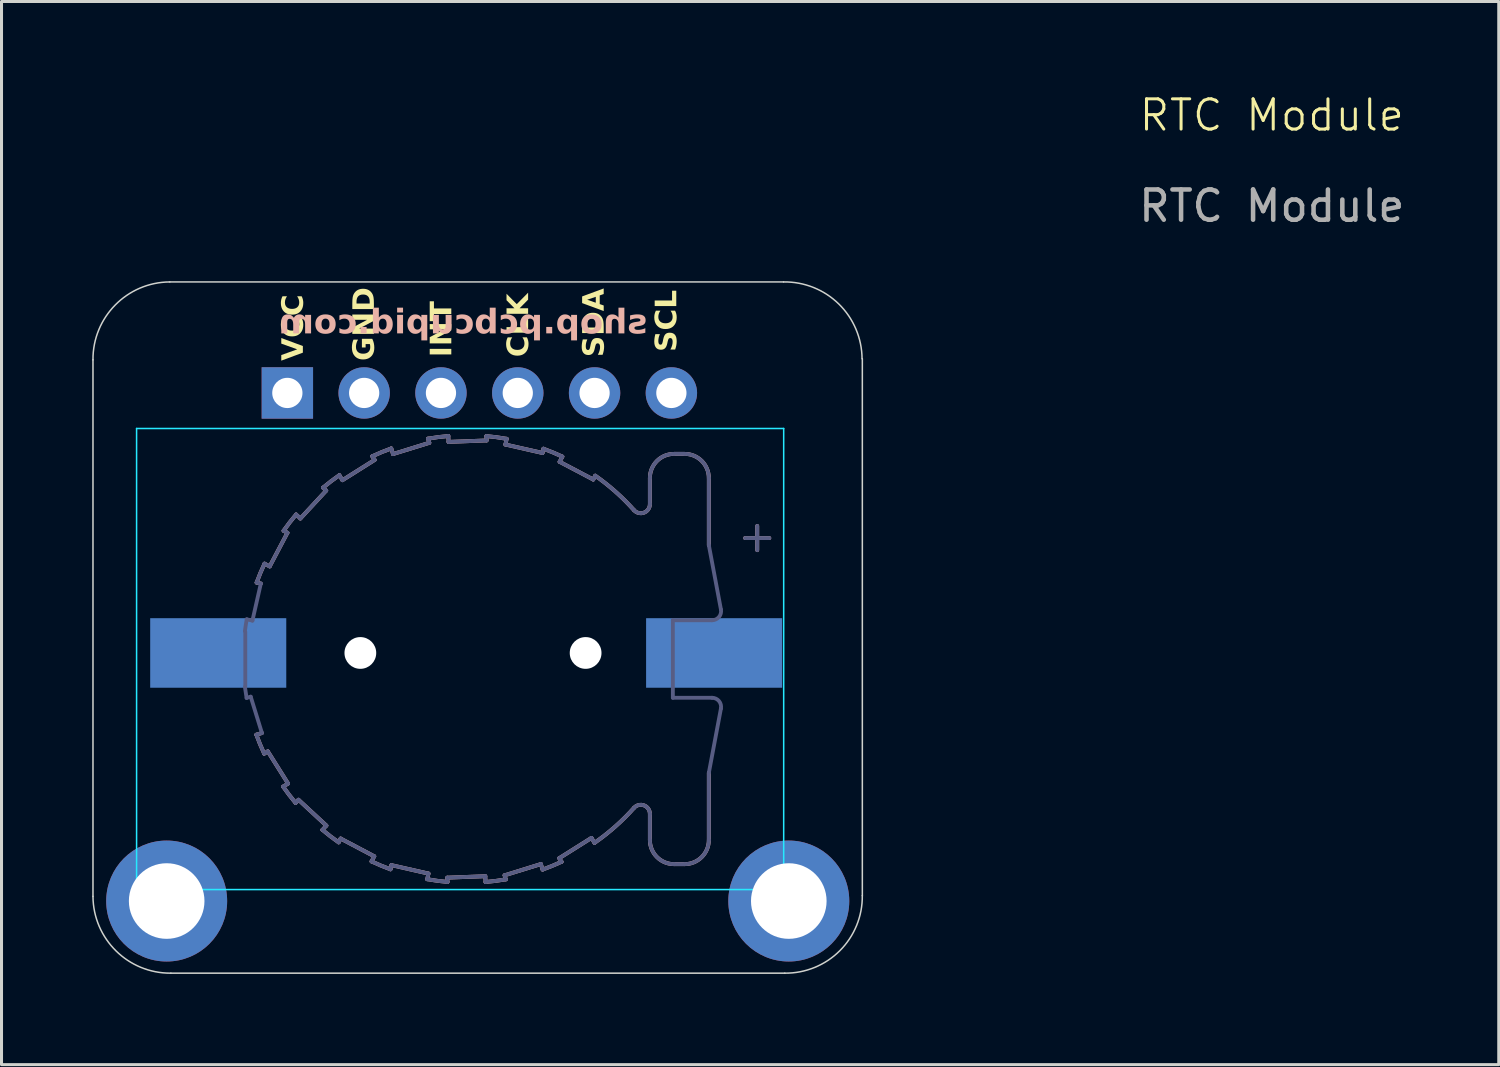
<source format=kicad_pcb>
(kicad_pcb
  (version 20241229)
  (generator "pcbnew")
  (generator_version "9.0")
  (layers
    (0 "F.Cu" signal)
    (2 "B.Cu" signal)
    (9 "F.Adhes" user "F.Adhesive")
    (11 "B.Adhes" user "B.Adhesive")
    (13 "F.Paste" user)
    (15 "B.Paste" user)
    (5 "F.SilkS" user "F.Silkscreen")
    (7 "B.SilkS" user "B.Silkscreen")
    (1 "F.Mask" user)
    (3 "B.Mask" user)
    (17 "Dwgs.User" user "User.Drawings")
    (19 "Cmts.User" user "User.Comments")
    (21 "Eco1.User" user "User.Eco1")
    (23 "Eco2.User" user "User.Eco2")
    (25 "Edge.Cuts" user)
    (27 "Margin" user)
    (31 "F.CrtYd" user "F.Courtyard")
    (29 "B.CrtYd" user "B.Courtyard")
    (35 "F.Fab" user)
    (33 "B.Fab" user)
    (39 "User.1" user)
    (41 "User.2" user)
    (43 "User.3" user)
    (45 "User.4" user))
  (footprint "RTC Module"
    (layer "F.Cu")
    (at 12.609 18.561)
    (property "Reference" "RTC Module" (at 26.4 -17.8 0) (unlocked yes) (layer "F.SilkS") (effects (font (size 1 1) (thickness 0.1))))
    (attr smd)
    (fp_poly (pts (xy 11.3 8.735) (xy 11.06 8.405) (xy 11.54 8.405) (xy 11.3 8.735)) (stroke (width 0.12) (type solid)) (fill yes) (layer "F.SilkS"))
    (fp_line (start -7.172 -2.345) (end -7.033 -2.313) (stroke (width 0.127) (type solid)) (layer "B.SilkS"))
    (fp_line (start -6.997 2.63) (end -7.181 2.687) (stroke (width 0.127) (type solid)) (layer "B.SilkS"))
    (fp_line (start -6.923 3.313) (end -6.803 3.238) (stroke (width 0.127) (type solid)) (layer "B.SilkS"))
    (fp_line (start -6.803 3.238) (end -6.133 4.301) (stroke (width 0.127) (type solid)) (layer "B.SilkS"))
    (fp_line (start -6.74 -2.88) (end -6.911 -2.97) (stroke (width 0.127) (type solid)) (layer "B.SilkS"))
    (fp_line (start -6.28 -4.059) (end -6.154 -3.992) (stroke (width 0.127) (type solid)) (layer "B.SilkS"))
    (fp_line (start -6.154 -3.992) (end -6.74 -2.88) (stroke (width 0.127) (type solid)) (layer "B.SilkS"))
    (fp_line (start -6.133 4.301) (end -6.295 4.404) (stroke (width 0.127) (type solid)) (layer "B.SilkS"))
    (fp_line (start -5.884 4.942) (end -5.788 4.838) (stroke (width 0.127) (type solid)) (layer "B.SilkS"))
    (fp_line (start -5.788 4.838) (end -4.866 5.692) (stroke (width 0.127) (type solid)) (layer "B.SilkS"))
    (fp_line (start -5.725 -4.464) (end -5.867 -4.596) (stroke (width 0.127) (type solid)) (layer "B.SilkS"))
    (fp_line (start -4.976 -5.484) (end -4.871 -5.387) (stroke (width 0.127) (type solid)) (layer "B.SilkS"))
    (fp_line (start -4.871 -5.387) (end -5.725 -4.464) (stroke (width 0.127) (type solid)) (layer "B.SilkS"))
    (fp_line (start -4.866 5.692) (end -4.996 5.833) (stroke (width 0.127) (type solid)) (layer "B.SilkS"))
    (fp_line (start -4.46 6.246) (end -4.394 6.121) (stroke (width 0.127) (type solid)) (layer "B.SilkS"))
    (fp_line (start -4.394 6.121) (end -3.282 6.708) (stroke (width 0.127) (type solid)) (layer "B.SilkS"))
    (fp_line (start -4.334 -5.731) (end -4.437 -5.895) (stroke (width 0.127) (type solid)) (layer "B.SilkS"))
    (fp_line (start -3.347 -6.523) (end -3.27 -6.401) (stroke (width 0.127) (type solid)) (layer "B.SilkS"))
    (fp_line (start -3.282 6.708) (end -3.371 6.877) (stroke (width 0.127) (type solid)) (layer "B.SilkS"))
    (fp_line (start -3.27 -6.401) (end -4.334 -5.731) (stroke (width 0.127) (type solid)) (layer "B.SilkS"))
    (fp_line (start -2.746 7.138) (end -2.715 7) (stroke (width 0.127) (type solid)) (layer "B.SilkS"))
    (fp_line (start -2.715 7) (end -1.489 7.279) (stroke (width 0.127) (type solid)) (layer "B.SilkS"))
    (fp_line (start -2.663 -6.595) (end -2.72 -6.781) (stroke (width 0.127) (type solid)) (layer "B.SilkS"))
    (fp_line (start -1.504 -7.104) (end -1.462 -6.967) (stroke (width 0.127) (type solid)) (layer "B.SilkS"))
    (fp_line (start -1.489 7.279) (end -1.531 7.465) (stroke (width 0.127) (type solid)) (layer "B.SilkS"))
    (fp_line (start -1.462 -6.967) (end -2.663 -6.595) (stroke (width 0.127) (type solid)) (layer "B.SilkS"))
    (fp_line (start -0.866 7.414) (end 0.391 7.366) (stroke (width 0.127) (type solid)) (layer "B.SilkS"))
    (fp_line (start -0.86 7.555) (end -0.866 7.414) (stroke (width 0.127) (type solid)) (layer "B.SilkS"))
    (fp_line (start -0.825 -6.997) (end -0.832 -7.191) (stroke (width 0.127) (type solid)) (layer "B.SilkS"))
    (fp_line (start 0.391 7.366) (end 0.398 7.558) (stroke (width 0.127) (type solid)) (layer "B.SilkS"))
    (fp_line (start 0.426 -7.189) (end 0.432 -7.045) (stroke (width 0.127) (type solid)) (layer "B.SilkS"))
    (fp_line (start 0.432 -7.045) (end -0.825 -6.997) (stroke (width 0.127) (type solid)) (layer "B.SilkS"))
    (fp_line (start 1.028 7.336) (end 2.229 6.964) (stroke (width 0.127) (type solid)) (layer "B.SilkS"))
    (fp_line (start 1.055 -6.91) (end 1.098 -7.099) (stroke (width 0.127) (type solid)) (layer "B.SilkS"))
    (fp_line (start 1.069 7.47) (end 1.028 7.336) (stroke (width 0.127) (type solid)) (layer "B.SilkS"))
    (fp_line (start 2.229 6.964) (end 2.285 7.147) (stroke (width 0.127) (type solid)) (layer "B.SilkS"))
    (fp_line (start 2.281 -6.631) (end 1.055 -6.91) (stroke (width 0.127) (type solid)) (layer "B.SilkS"))
    (fp_line (start 2.313 -6.771) (end 2.281 -6.631) (stroke (width 0.127) (type solid)) (layer "B.SilkS"))
    (fp_line (start 2.836 6.77) (end 3.9 6.1) (stroke (width 0.127) (type solid)) (layer "B.SilkS"))
    (fp_line (start 2.848 -6.339) (end 2.938 -6.511) (stroke (width 0.127) (type solid)) (layer "B.SilkS"))
    (fp_line (start 2.911 6.889) (end 2.836 6.77) (stroke (width 0.127) (type solid)) (layer "B.SilkS"))
    (fp_line (start 3.9 6.1) (end 4.002 6.262) (stroke (width 0.127) (type solid)) (layer "B.SilkS"))
    (fp_line (start 3.96 -5.753) (end 2.848 -6.339) (stroke (width 0.127) (type solid)) (layer "B.SilkS"))
    (fp_line (start 4.026 -5.879) (end 3.96 -5.753) (stroke (width 0.127) (type solid)) (layer "B.SilkS"))
    (fp_line (start 5.833 -4.938) (end 5.833 -5.801) (stroke (width 0.127) (type solid)) (layer "B.SilkS"))
    (fp_line (start 5.833 6.167) (end 5.833 5.304) (stroke (width 0.127) (type solid)) (layer "B.SilkS"))
    (fp_line (start 6.633 -6.601) (end 6.983 -6.601) (stroke (width 0.127) (type solid)) (layer "B.SilkS"))
    (fp_line (start 6.983 6.967) (end 6.633 6.967) (stroke (width 0.127) (type solid)) (layer "B.SilkS"))
    (fp_line (start 7.783 -5.801) (end 7.783 -3.581) (stroke (width 0.127) (type solid)) (layer "B.SilkS"))
    (fp_line (start 7.783 3.947) (end 7.783 6.167) (stroke (width 0.127) (type solid)) (layer "B.SilkS"))
    (fp_line (start 9.383 -4.217) (end 9.383 -3.417) (stroke (width 0.127) (type solid)) (layer "B.SilkS"))
    (fp_line (start 9.783 -3.817) (end 8.983 -3.817) (stroke (width 0.127) (type solid)) (layer "B.SilkS"))
    (fp_arc (start -7.17177 -2.34503) (mid -7.048747 -2.660746) (end -6.9114 -2.9705) (stroke (width 0.127) (type solid)) (layer "B.SilkS"))
    (fp_arc (start -6.9225 3.31305) (mid -7.058703 3.002929) (end -7.18057 2.6869) (stroke (width 0.127) (type solid)) (layer "B.SilkS"))
    (fp_arc (start -6.28039 -4.059) (mid -6.079821 -4.332143) (end -5.86696 -4.59582) (stroke (width 0.127) (type solid)) (layer "B.SilkS"))
    (fp_arc (start -5.88406 4.94175) (mid -6.095862 4.677467) (end -6.29535 4.40377) (stroke (width 0.127) (type solid)) (layer "B.SilkS"))
    (fp_arc (start -4.97571 -5.48389) (mid -4.711254 -5.695827) (end -4.43737 -5.89543) (stroke (width 0.127) (type solid)) (layer "B.SilkS"))
    (fp_arc (start -4.45955 6.24619) (mid -4.732503 6.045739) (end -4.996 5.83301) (stroke (width 0.127) (type solid)) (layer "B.SilkS"))
    (fp_arc (start -3.34661 -6.52253) (mid -3.036283 -6.658798) (end -2.72004 -6.78071) (stroke (width 0.127) (type solid)) (layer "B.SilkS"))
    (fp_arc (start -2.74604 7.13754) (mid -3.061543 7.014562) (end -3.37109 6.87728) (stroke (width 0.127) (type solid)) (layer "B.SilkS"))
    (fp_arc (start -1.50414 -7.10409) (mid -1.169104 -7.155383) (end -0.83207 -7.19128) (stroke (width 0.127) (type solid)) (layer "B.SilkS"))
    (fp_arc (start -0.860239 7.5551) (mid -1.196815 7.517954) (end -1.53134 7.46545) (stroke (width 0.127) (type solid)) (layer "B.SilkS"))
    (fp_arc (start 0.426111 -7.18889) (mid 0.763003 -7.151709) (end 1.09784 -7.09914) (stroke (width 0.127) (type solid)) (layer "B.SilkS"))
    (fp_arc (start 1.06938 7.47044) (mid 0.734656 7.521663) (end 0.397939 7.55752) (stroke (width 0.127) (type solid)) (layer "B.SilkS"))
    (fp_arc (start 2.31251 -6.77113) (mid 2.628284 -6.648009) (end 2.93809 -6.51056) (stroke (width 0.127) (type solid)) (layer "B.SilkS"))
    (fp_arc (start 2.91137 6.88931) (mid 2.601297 7.025412) (end 2.28532 7.14718) (stroke (width 0.127) (type solid)) (layer "B.SilkS"))
    (fp_arc (start 4.02646 -5.87931) (mid 4.700888 -5.346284) (end 5.30895 -4.73864) (stroke (width 0.127) (type solid)) (layer "B.SilkS"))
    (fp_arc (start 5.30895 5.10486) (mid 4.689853 5.722297) (end 4.00225 6.2624) (stroke (width 0.127) (type solid)) (layer "B.SilkS"))
    (fp_arc (start 5.30895 5.10486) (mid 5.639735 5.02403) (end 5.83298 5.30439) (stroke (width 0.127) (type solid)) (layer "B.SilkS"))
    (fp_arc (start 5.83298 -5.80066) (mid 6.067295 -6.366345) (end 6.63298 -6.60066) (stroke (width 0.127) (type solid)) (layer "B.SilkS"))
    (fp_arc (start 5.83298 -4.93817) (mid 5.639731 -4.657803) (end 5.30895 -4.73864) (stroke (width 0.127) (type solid)) (layer "B.SilkS"))
    (fp_arc (start 6.63298 6.96688) (mid 6.067295 6.732565) (end 5.83298 6.16688) (stroke (width 0.127) (type solid)) (layer "B.SilkS"))
    (fp_arc (start 6.98298 -6.60066) (mid 7.548665 -6.366345) (end 7.78298 -5.80066) (stroke (width 0.127) (type solid)) (layer "B.SilkS"))
    (fp_arc (start 7.78298 6.16688) (mid 7.548665 6.732565) (end 6.98298 6.96688) (stroke (width 0.127) (type solid)) (layer "B.SilkS"))
    (fp_line (start -12.584 8.033) (end -12.584 -9.711) (stroke (width 0.05) (type default)) (layer "Edge.Cuts"))
    (fp_line (start -10.044 -12.287) (end 10.254 -12.287) (stroke (width 0.05) (type default)) (layer "Edge.Cuts"))
    (fp_line (start 10.294 10.573) (end -10.008 10.573) (stroke (width 0.05) (type default)) (layer "Edge.Cuts"))
    (fp_line (start 12.859 8.008) (end 12.859 -9.747) (stroke (width 0.05) (type default)) (layer "Edge.Cuts"))
    (fp_arc (start -12.583979 -9.711116) (mid -11.847576 -11.525092) (end -10.044238 -12.287209) (stroke (width 0.05) (type default)) (layer "Edge.Cuts"))
    (fp_arc (start -10.008145 10.57253) (mid -11.82215 9.836149) (end -12.584238 8.032789) (stroke (width 0.05) (type default)) (layer "Edge.Cuts"))
    (fp_arc (start 10.254114 -12.287209) (mid 12.080886 -11.557881) (end 12.849924 -9.747467) (stroke (width 0.05) (type default)) (layer "Edge.Cuts"))
    (fp_arc (start 12.85853 8.008114) (mid 12.115105 9.829105) (end 10.294114 10.57253) (stroke (width 0.05) (type default)) (layer "Edge.Cuts"))
    (fp_line (start -11.142 -7.441) (end 10.258 -7.441) (stroke (width 0.05) (type solid)) (layer "B.CrtYd"))
    (fp_line (start -11.142 7.808) (end -11.142 -7.441) (stroke (width 0.05) (type solid)) (layer "B.CrtYd"))
    (fp_line (start 10.258 -7.441) (end 10.258 7.808) (stroke (width 0.05) (type solid)) (layer "B.CrtYd"))
    (fp_line (start 10.258 7.808) (end -11.142 7.808) (stroke (width 0.05) (type solid)) (layer "B.CrtYd"))
    (fp_line (start -7.547 1.083) (end -7.547 -0.717) (stroke (width 0.127) (type solid)) (layer "B.Fab"))
    (fp_line (start -7.504 1.471) (end -7.368 1.429) (stroke (width 0.127) (type solid)) (layer "B.Fab"))
    (fp_line (start -7.368 1.429) (end -6.997 2.63) (stroke (width 0.127) (type solid)) (layer "B.Fab"))
    (fp_line (start -7.311 -1.087) (end -7.5 -1.13) (stroke (width 0.127) (type solid)) (layer "B.Fab"))
    (fp_line (start -7.172 -2.345) (end -7.033 -2.313) (stroke (width 0.127) (type solid)) (layer "B.Fab"))
    (fp_line (start -7.033 -2.313) (end -7.311 -1.087) (stroke (width 0.127) (type solid)) (layer "B.Fab"))
    (fp_line (start -6.997 2.63) (end -7.181 2.687) (stroke (width 0.127) (type solid)) (layer "B.Fab"))
    (fp_line (start -6.923 3.313) (end -6.803 3.238) (stroke (width 0.127) (type solid)) (layer "B.Fab"))
    (fp_line (start -6.803 3.238) (end -6.133 4.301) (stroke (width 0.127) (type solid)) (layer "B.Fab"))
    (fp_line (start -6.74 -2.88) (end -6.911 -2.97) (stroke (width 0.127) (type solid)) (layer "B.Fab"))
    (fp_line (start -6.28 -4.059) (end -6.154 -3.992) (stroke (width 0.127) (type solid)) (layer "B.Fab"))
    (fp_line (start -6.154 -3.992) (end -6.74 -2.88) (stroke (width 0.127) (type solid)) (layer "B.Fab"))
    (fp_line (start -6.133 4.301) (end -6.295 4.404) (stroke (width 0.127) (type solid)) (layer "B.Fab"))
    (fp_line (start -5.884 4.942) (end -5.788 4.838) (stroke (width 0.127) (type solid)) (layer "B.Fab"))
    (fp_line (start -5.788 4.838) (end -4.866 5.692) (stroke (width 0.127) (type solid)) (layer "B.Fab"))
    (fp_line (start -5.725 -4.464) (end -5.867 -4.596) (stroke (width 0.127) (type solid)) (layer "B.Fab"))
    (fp_line (start -4.976 -5.484) (end -4.871 -5.387) (stroke (width 0.127) (type solid)) (layer "B.Fab"))
    (fp_line (start -4.871 -5.387) (end -5.725 -4.464) (stroke (width 0.127) (type solid)) (layer "B.Fab"))
    (fp_line (start -4.866 5.692) (end -4.996 5.833) (stroke (width 0.127) (type solid)) (layer "B.Fab"))
    (fp_line (start -4.46 6.246) (end -4.394 6.121) (stroke (width 0.127) (type solid)) (layer "B.Fab"))
    (fp_line (start -4.394 6.121) (end -3.282 6.708) (stroke (width 0.127) (type solid)) (layer "B.Fab"))
    (fp_line (start -4.334 -5.731) (end -4.437 -5.895) (stroke (width 0.127) (type solid)) (layer "B.Fab"))
    (fp_line (start -3.347 -6.523) (end -3.27 -6.401) (stroke (width 0.127) (type solid)) (layer "B.Fab"))
    (fp_line (start -3.282 6.708) (end -3.371 6.877) (stroke (width 0.127) (type solid)) (layer "B.Fab"))
    (fp_line (start -3.27 -6.401) (end -4.334 -5.731) (stroke (width 0.127) (type solid)) (layer "B.Fab"))
    (fp_line (start -2.746 7.138) (end -2.715 7) (stroke (width 0.127) (type solid)) (layer "B.Fab"))
    (fp_line (start -2.715 7) (end -1.489 7.279) (stroke (width 0.127) (type solid)) (layer "B.Fab"))
    (fp_line (start -2.663 -6.595) (end -2.72 -6.781) (stroke (width 0.127) (type solid)) (layer "B.Fab"))
    (fp_line (start -1.504 -7.104) (end -1.462 -6.967) (stroke (width 0.127) (type solid)) (layer "B.Fab"))
    (fp_line (start -1.489 7.279) (end -1.531 7.465) (stroke (width 0.127) (type solid)) (layer "B.Fab"))
    (fp_line (start -1.462 -6.967) (end -2.663 -6.595) (stroke (width 0.127) (type solid)) (layer "B.Fab"))
    (fp_line (start -0.866 7.414) (end 0.391 7.366) (stroke (width 0.127) (type solid)) (layer "B.Fab"))
    (fp_line (start -0.86 7.555) (end -0.866 7.414) (stroke (width 0.127) (type solid)) (layer "B.Fab"))
    (fp_line (start -0.825 -6.997) (end -0.832 -7.191) (stroke (width 0.127) (type solid)) (layer "B.Fab"))
    (fp_line (start 0.391 7.366) (end 0.398 7.558) (stroke (width 0.127) (type solid)) (layer "B.Fab"))
    (fp_line (start 0.426 -7.189) (end 0.432 -7.045) (stroke (width 0.127) (type solid)) (layer "B.Fab"))
    (fp_line (start 0.432 -7.045) (end -0.825 -6.997) (stroke (width 0.127) (type solid)) (layer "B.Fab"))
    (fp_line (start 1.028 7.336) (end 2.229 6.964) (stroke (width 0.127) (type solid)) (layer "B.Fab"))
    (fp_line (start 1.055 -6.91) (end 1.098 -7.099) (stroke (width 0.127) (type solid)) (layer "B.Fab"))
    (fp_line (start 1.069 7.47) (end 1.028 7.336) (stroke (width 0.127) (type solid)) (layer "B.Fab"))
    (fp_line (start 2.229 6.964) (end 2.285 7.147) (stroke (width 0.127) (type solid)) (layer "B.Fab"))
    (fp_line (start 2.281 -6.631) (end 1.055 -6.91) (stroke (width 0.127) (type solid)) (layer "B.Fab"))
    (fp_line (start 2.313 -6.771) (end 2.281 -6.631) (stroke (width 0.127) (type solid)) (layer "B.Fab"))
    (fp_line (start 2.836 6.77) (end 3.9 6.1) (stroke (width 0.127) (type solid)) (layer "B.Fab"))
    (fp_line (start 2.848 -6.339) (end 2.938 -6.511) (stroke (width 0.127) (type solid)) (layer "B.Fab"))
    (fp_line (start 2.911 6.889) (end 2.836 6.77) (stroke (width 0.127) (type solid)) (layer "B.Fab"))
    (fp_line (start 3.9 6.1) (end 4.002 6.262) (stroke (width 0.127) (type solid)) (layer "B.Fab"))
    (fp_line (start 3.96 -5.753) (end 2.848 -6.339) (stroke (width 0.127) (type solid)) (layer "B.Fab"))
    (fp_line (start 4.026 -5.879) (end 3.96 -5.753) (stroke (width 0.127) (type solid)) (layer "B.Fab"))
    (fp_line (start 5.833 -4.938) (end 5.833 -5.801) (stroke (width 0.127) (type solid)) (layer "B.Fab"))
    (fp_line (start 5.833 6.167) (end 5.833 5.304) (stroke (width 0.127) (type solid)) (layer "B.Fab"))
    (fp_line (start 6.593 -1.099) (end 6.593 1.465) (stroke (width 0.127) (type solid)) (layer "B.Fab"))
    (fp_line (start 6.593 -1.099) (end 7.888 -1.099) (stroke (width 0.127) (type solid)) (layer "B.Fab"))
    (fp_line (start 6.633 -6.601) (end 6.983 -6.601) (stroke (width 0.127) (type solid)) (layer "B.Fab"))
    (fp_line (start 6.983 6.967) (end 6.633 6.967) (stroke (width 0.127) (type solid)) (layer "B.Fab"))
    (fp_line (start 7.783 -5.801) (end 7.783 -3.581) (stroke (width 0.127) (type solid)) (layer "B.Fab"))
    (fp_line (start 7.783 -3.581) (end 8.183 -1.454) (stroke (width 0.127) (type solid)) (layer "B.Fab"))
    (fp_line (start 7.783 3.947) (end 7.783 6.167) (stroke (width 0.127) (type solid)) (layer "B.Fab"))
    (fp_line (start 7.888 1.465) (end 6.593 1.465) (stroke (width 0.127) (type solid)) (layer "B.Fab"))
    (fp_line (start 8.183 1.82) (end 7.783 3.947) (stroke (width 0.127) (type solid)) (layer "B.Fab"))
    (fp_line (start 9.383 -4.217) (end 9.383 -3.417) (stroke (width 0.127) (type solid)) (layer "B.Fab"))
    (fp_line (start 9.783 -3.817) (end 8.983 -3.817) (stroke (width 0.127) (type solid)) (layer "B.Fab"))
    (fp_arc (start -7.55948 -0.737949) (mid -7.532141 -0.934526) (end -7.49954 -1.1303) (stroke (width 0.127) (type solid)) (layer "B.Fab"))
    (fp_arc (start -7.50408 1.47102) (mid -7.534074 1.287937) (end -7.55947 1.10416) (stroke (width 0.127) (type solid)) (layer "B.Fab"))
    (fp_arc (start -7.17177 -2.34503) (mid -7.048747 -2.660746) (end -6.9114 -2.9705) (stroke (width 0.127) (type solid)) (layer "B.Fab"))
    (fp_arc (start -6.9225 3.31305) (mid -7.058703 3.002929) (end -7.18057 2.6869) (stroke (width 0.127) (type solid)) (layer "B.Fab"))
    (fp_arc (start -6.28039 -4.059) (mid -6.079821 -4.332143) (end -5.86696 -4.59582) (stroke (width 0.127) (type solid)) (layer "B.Fab"))
    (fp_arc (start -5.88406 4.94175) (mid -6.095862 4.677467) (end -6.29535 4.40377) (stroke (width 0.127) (type solid)) (layer "B.Fab"))
    (fp_arc (start -4.97571 -5.48389) (mid -4.711254 -5.695827) (end -4.43737 -5.89543) (stroke (width 0.127) (type solid)) (layer "B.Fab"))
    (fp_arc (start -4.45955 6.24619) (mid -4.732503 6.045739) (end -4.996 5.83301) (stroke (width 0.127) (type solid)) (layer "B.Fab"))
    (fp_arc (start -3.34661 -6.52253) (mid -3.036283 -6.658798) (end -2.72004 -6.78071) (stroke (width 0.127) (type solid)) (layer "B.Fab"))
    (fp_arc (start -2.74604 7.13754) (mid -3.061543 7.014562) (end -3.37109 6.87728) (stroke (width 0.127) (type solid)) (layer "B.Fab"))
    (fp_arc (start -1.50414 -7.10409) (mid -1.169104 -7.155383) (end -0.83207 -7.19128) (stroke (width 0.127) (type solid)) (layer "B.Fab"))
    (fp_arc (start -0.860239 7.5551) (mid -1.196815 7.517954) (end -1.53134 7.46545) (stroke (width 0.127) (type solid)) (layer "B.Fab"))
    (fp_arc (start 0.426111 -7.18889) (mid 0.763003 -7.151709) (end 1.09784 -7.09914) (stroke (width 0.127) (type solid)) (layer "B.Fab"))
    (fp_arc (start 1.06938 7.47044) (mid 0.734656 7.521663) (end 0.397939 7.55752) (stroke (width 0.127) (type solid)) (layer "B.Fab"))
    (fp_arc (start 2.31251 -6.77113) (mid 2.628284 -6.648009) (end 2.93809 -6.51056) (stroke (width 0.127) (type solid)) (layer "B.Fab"))
    (fp_arc (start 2.91137 6.88931) (mid 2.601297 7.025412) (end 2.28532 7.14718) (stroke (width 0.127) (type solid)) (layer "B.Fab"))
    (fp_arc (start 4.02646 -5.87931) (mid 4.700888 -5.346284) (end 5.30895 -4.73864) (stroke (width 0.127) (type solid)) (layer "B.Fab"))
    (fp_arc (start 5.30895 5.10486) (mid 4.689853 5.722297) (end 4.00225 6.2624) (stroke (width 0.127) (type solid)) (layer "B.Fab"))
    (fp_arc (start 5.30895 5.10486) (mid 5.639735 5.02403) (end 5.83298 5.30439) (stroke (width 0.127) (type solid)) (layer "B.Fab"))
    (fp_arc (start 5.83298 -5.80066) (mid 6.067295 -6.366345) (end 6.63298 -6.60066) (stroke (width 0.127) (type solid)) (layer "B.Fab"))
    (fp_arc (start 5.83298 -4.93817) (mid 5.639731 -4.657803) (end 5.30895 -4.73864) (stroke (width 0.127) (type solid)) (layer "B.Fab"))
    (fp_arc (start 6.63298 6.96688) (mid 6.067295 6.732565) (end 5.83298 6.16688) (stroke (width 0.127) (type solid)) (layer "B.Fab"))
    (fp_arc (start 6.98298 -6.60066) (mid 7.548665 -6.366345) (end 7.78298 -5.80066) (stroke (width 0.127) (type solid)) (layer "B.Fab"))
    (fp_arc (start 7.78298 6.16688) (mid 7.548665 6.732565) (end 6.98298 6.96688) (stroke (width 0.127) (type solid)) (layer "B.Fab"))
    (fp_arc (start 7.88821 1.465001) (mid 8.119104 1.573491) (end 8.18304 1.82047) (stroke (width 0.127) (type solid)) (layer "B.Fab"))
    (fp_arc (start 8.18304 -1.454251) (mid 8.119126 -1.207256) (end 7.88821 -1.09877) (stroke (width 0.127) (type solid)) (layer "B.Fab"))
    (fp_text user "VCC\n" (at -5.524 -11.875 90) (unlocked yes) (layer "F.SilkS") (effects (font (face "Lexend") (size 0.7 0.7) (thickness 0.16) (bold yes)) (justify right bottom)))
    (fp_text user "CLK" (at 1.925 -9.8 90) (unlocked yes) (layer "F.SilkS") (effects (font (face "Lexend") (size 0.7 0.7) (thickness 0.175) (bold yes)) (justify left bottom)))
    (fp_text user "SDA" (at 4.425 -9.8 90) (unlocked yes) (layer "F.SilkS") (effects (font (face "Lexend") (size 0.7 0.7) (thickness 0.175) (bold yes)) (justify left bottom)))
    (fp_text user "SCL" (at 6.825 -9.975 90) (unlocked yes) (layer "F.SilkS") (effects (font (face "Lexend") (size 0.7 0.7) (thickness 0.175) (bold yes)) (justify left bottom)))
    (fp_text user "GND" (at -3.175 -9.675 90) (unlocked yes) (layer "F.SilkS") (effects (font (face "Lexend") (size 0.7 0.7) (thickness 0.16) (bold yes)) (justify left bottom)))
    (fp_text user "INT" (at -0.615 -9.8 90) (unlocked yes) (layer "F.SilkS") (effects (font (face "Lexend") (size 0.7 0.7) (thickness 0.175) (bold yes)) (justify left bottom)))
    (fp_text user "shop.pcbcupid.com" (at 5.75 -10.45 0) (unlocked yes) (layer "B.SilkS") (effects (font (face "Lexend") (size 0.8 0.8) (thickness 0.2) (bold yes)) (justify left bottom mirror)))
    (fp_text user "${REFERENCE}" (at 26.4 -14.8 0) (unlocked yes) (layer "F.Fab") (effects (font (size 1 1) (thickness 0.15))))
    (pad "" np_thru_hole circle (at -3.742 -0.017 270) (size 1.05 1.05) (drill 1.05) (layers "*.Cu" "*.Mask"))
    (pad "" np_thru_hole circle (at 3.708 -0.017 270) (size 1.05 1.05) (drill 1.3) (layers "*.Cu" "*.Mask"))
    (pad "1" thru_hole circle (at -10.147 8.187) (size 4 4) (drill 2.5) (layers "*.Cu" "*.Mask"))
    (pad "1" thru_hole rect (at -6.156 -8.616 270) (size 1.7 1.7) (drill 1) (layers "*.Cu" "*.Mask"))
    (pad "1" thru_hole circle (at 10.427 8.187) (size 4 4) (drill 2.5) (layers "*.Cu" "*.Mask"))
    (pad "2" thru_hole oval (at -3.616 -8.616 270) (size 1.7 1.7) (drill 1) (layers "*.Cu" "*.Mask"))
    (pad "3" thru_hole oval (at -1.076 -8.616 270) (size 1.7 1.7) (drill 1) (layers "*.Cu" "*.Mask"))
    (pad "4" thru_hole oval (at 1.464 -8.616 270) (size 1.7 1.7) (drill 1) (layers "*.Cu" "*.Mask"))
    (pad "5" thru_hole oval (at 4.004 -8.616 270) (size 1.7 1.7) (drill 1) (layers "*.Cu" "*.Mask"))
    (pad "6" thru_hole oval (at 6.544 -8.616 270) (size 1.7 1.7) (drill 1) (layers "*.Cu" "*.Mask"))
    (pad "N" smd rect (at -8.442 -0.017 270) (size 2.3 4.5) (layers "B.Cu" "B.Mask" "B.Paste"))
    (pad "P" smd rect (at 7.958 -0.017 270) (size 2.3 4.5) (layers "B.Cu" "B.Mask" "B.Paste")))
  (gr_rect
    (start -3 -3)
    (end 46.515 32.158)
    (stroke (width 0.1) (type default))
    (fill no)
    (layer "Edge.Cuts")))
</source>
